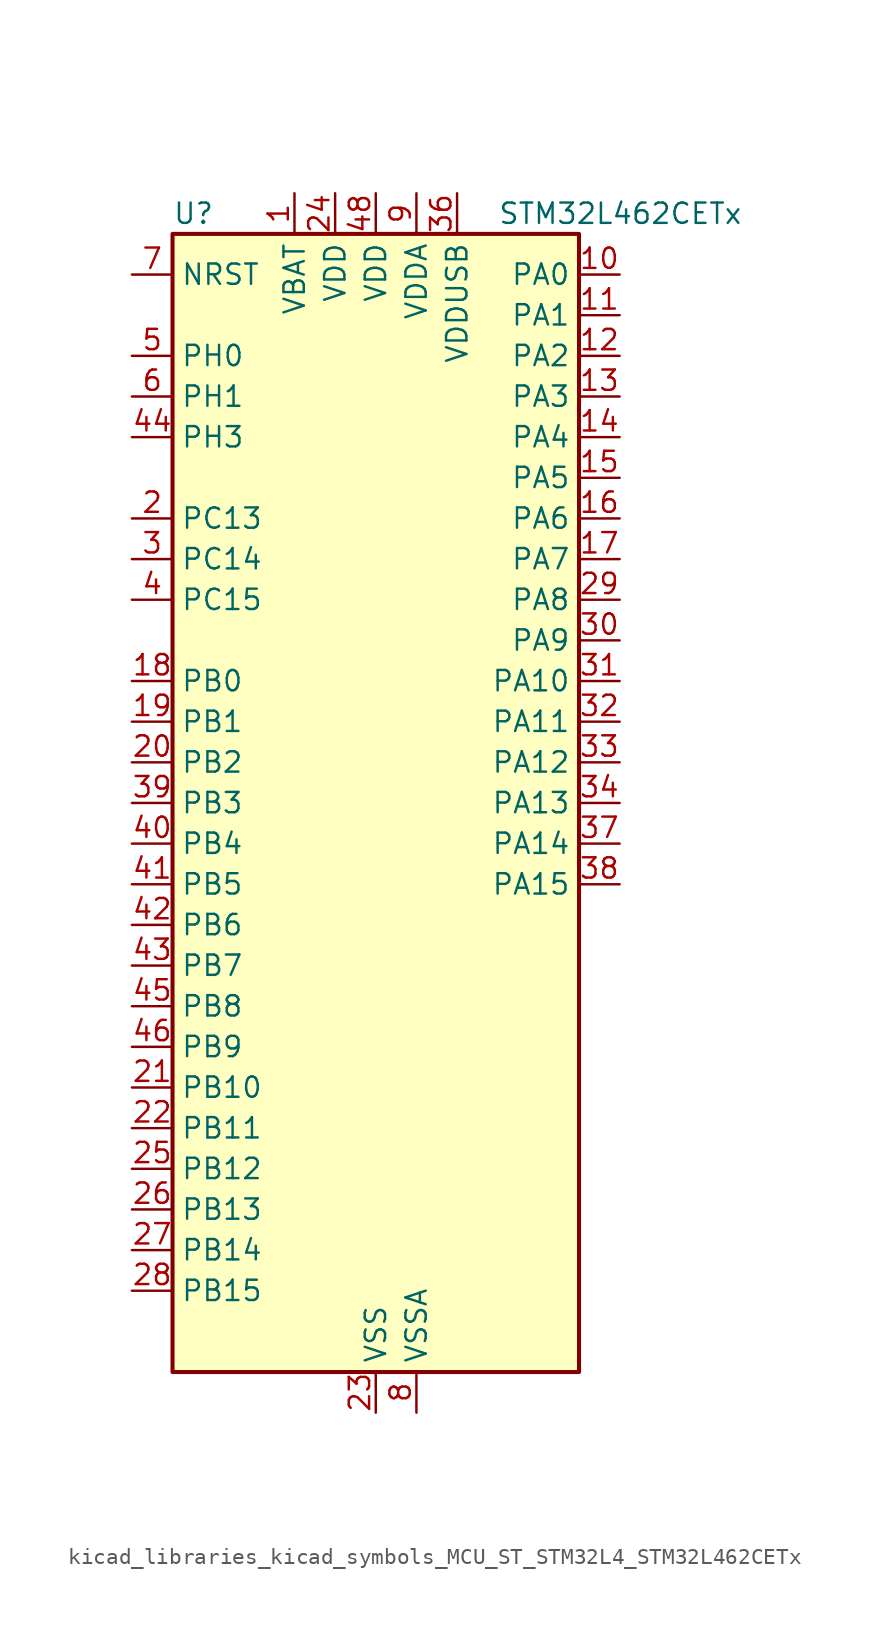
<source format=kicad_sym>
(kicad_symbol_lib
  (version 20220914)
  (generator kicad_symbol_editor)
  (symbol "kicad_libraries_kicad_symbols_MCU_ST_STM32L4_STM32L462CETx"
    (property "Reference" "U"
      (at -12.7 36.83 0)
      (effects (font (size 1.27 1.27)) (justify left)))
    (property "Value" "STM32L462CETx"
      (at 7.62 36.83 0)
      (effects (font (size 1.27 1.27)) (justify left)))
    (property "ki_locked" ""
      (at 0 0 0)
      (effects (font (size 1.27 1.27))))
    (symbol "kicad_libraries_kicad_symbols_MCU_ST_STM32L4_STM32L462CETx_0_1"
      (rectangle (start -12.7 -35.56) (end 12.7 35.56) (stroke (width 0.254) (type default)) (fill (type background))))
    (symbol "kicad_libraries_kicad_symbols_MCU_ST_STM32L4_STM32L462CETx_1_1"
      (pin power_in line (at -5.08 38.1 270) (length 2.54) (name "VBAT" (effects (font (size 1.27 1.27)))) (number "1" (effects (font (size 1.27 1.27)))))
      (pin bidirectional line (at 15.24 33.02 180) (length 2.54) (name "PA0" (effects (font (size 1.27 1.27)))) (number "10" (effects (font (size 1.27 1.27)))) (alternate "ADC1_IN5" bidirectional line) (alternate "COMP1_INM" bidirectional line) (alternate "COMP1_OUT" bidirectional line) (alternate "OPAMP1_VINP" bidirectional line) (alternate "RTC_TAMP2" bidirectional line) (alternate "SAI1_EXTCLK" bidirectional line) (alternate "SYS_WKUP1" bidirectional line) (alternate "TIM2_CH1" bidirectional line) (alternate "TIM2_ETR" bidirectional line) (alternate "UART4_TX" bidirectional line) (alternate "USART2_CTS" bidirectional line))
      (pin bidirectional line (at 15.24 30.48 180) (length 2.54) (name "PA1" (effects (font (size 1.27 1.27)))) (number "11" (effects (font (size 1.27 1.27)))) (alternate "ADC1_IN6" bidirectional line) (alternate "COMP1_INP" bidirectional line) (alternate "I2C1_SMBA" bidirectional line) (alternate "OPAMP1_VINM" bidirectional line) (alternate "SPI1_SCK" bidirectional line) (alternate "TIM15_CH1N" bidirectional line) (alternate "TIM2_CH2" bidirectional line) (alternate "UART4_RX" bidirectional line) (alternate "USART2_DE" bidirectional line) (alternate "USART2_RTS" bidirectional line))
      (pin bidirectional line (at 15.24 27.94 180) (length 2.54) (name "PA2" (effects (font (size 1.27 1.27)))) (number "12" (effects (font (size 1.27 1.27)))) (alternate "ADC1_IN7" bidirectional line) (alternate "COMP2_INM" bidirectional line) (alternate "COMP2_OUT" bidirectional line) (alternate "LPUART1_TX" bidirectional line) (alternate "QUADSPI_BK1_NCS" bidirectional line) (alternate "RCC_LSCO" bidirectional line) (alternate "SYS_WKUP4" bidirectional line) (alternate "TIM15_CH1" bidirectional line) (alternate "TIM2_CH3" bidirectional line) (alternate "USART2_TX" bidirectional line))
      (pin bidirectional line (at 15.24 25.4 180) (length 2.54) (name "PA3" (effects (font (size 1.27 1.27)))) (number "13" (effects (font (size 1.27 1.27)))) (alternate "ADC1_IN8" bidirectional line) (alternate "COMP2_INP" bidirectional line) (alternate "LPUART1_RX" bidirectional line) (alternate "OPAMP1_VOUT" bidirectional line) (alternate "QUADSPI_CLK" bidirectional line) (alternate "SAI1_MCLK_A" bidirectional line) (alternate "TIM15_CH2" bidirectional line) (alternate "TIM2_CH4" bidirectional line) (alternate "USART2_RX" bidirectional line))
      (pin bidirectional line (at 15.24 22.86 180) (length 2.54) (name "PA4" (effects (font (size 1.27 1.27)))) (number "14" (effects (font (size 1.27 1.27)))) (alternate "ADC1_IN9" bidirectional line) (alternate "COMP1_INM" bidirectional line) (alternate "COMP2_INM" bidirectional line) (alternate "DAC1_OUT1" bidirectional line) (alternate "LPTIM2_OUT" bidirectional line) (alternate "SAI1_FS_B" bidirectional line) (alternate "SPI1_NSS" bidirectional line) (alternate "SPI3_NSS" bidirectional line) (alternate "USART2_CK" bidirectional line))
      (pin bidirectional line (at 15.24 20.32 180) (length 2.54) (name "PA5" (effects (font (size 1.27 1.27)))) (number "15" (effects (font (size 1.27 1.27)))) (alternate "ADC1_IN10" bidirectional line) (alternate "COMP1_INM" bidirectional line) (alternate "COMP2_INM" bidirectional line) (alternate "DFSDM1_CKOUT" bidirectional line) (alternate "LPTIM2_ETR" bidirectional line) (alternate "SPI1_SCK" bidirectional line) (alternate "TIM2_CH1" bidirectional line) (alternate "TIM2_ETR" bidirectional line))
      (pin bidirectional line (at 15.24 17.78 180) (length 2.54) (name "PA6" (effects (font (size 1.27 1.27)))) (number "16" (effects (font (size 1.27 1.27)))) (alternate "ADC1_IN11" bidirectional line) (alternate "COMP1_OUT" bidirectional line) (alternate "LPUART1_CTS" bidirectional line) (alternate "QUADSPI_BK1_IO3" bidirectional line) (alternate "SPI1_MISO" bidirectional line) (alternate "TIM16_CH1" bidirectional line) (alternate "TIM1_BKIN" bidirectional line) (alternate "TIM1_BKIN_COMP2" bidirectional line) (alternate "TIM3_CH1" bidirectional line) (alternate "USART3_CTS" bidirectional line))
      (pin bidirectional line (at 15.24 15.24 180) (length 2.54) (name "PA7" (effects (font (size 1.27 1.27)))) (number "17" (effects (font (size 1.27 1.27)))) (alternate "ADC1_IN12" bidirectional line) (alternate "COMP2_OUT" bidirectional line) (alternate "DFSDM1_DATIN0" bidirectional line) (alternate "I2C3_SCL" bidirectional line) (alternate "QUADSPI_BK1_IO2" bidirectional line) (alternate "SPI1_MOSI" bidirectional line) (alternate "TIM1_CH1N" bidirectional line) (alternate "TIM3_CH2" bidirectional line))
      (pin bidirectional line (at -15.24 7.62 0) (length 2.54) (name "PB0" (effects (font (size 1.27 1.27)))) (number "18" (effects (font (size 1.27 1.27)))) (alternate "ADC1_IN15" bidirectional line) (alternate "COMP1_OUT" bidirectional line) (alternate "DFSDM1_CKIN0" bidirectional line) (alternate "QUADSPI_BK1_IO1" bidirectional line) (alternate "SAI1_EXTCLK" bidirectional line) (alternate "SPI1_NSS" bidirectional line) (alternate "TIM1_CH2N" bidirectional line) (alternate "TIM3_CH3" bidirectional line) (alternate "USART3_CK" bidirectional line))
      (pin bidirectional line (at -15.24 5.08 0) (length 2.54) (name "PB1" (effects (font (size 1.27 1.27)))) (number "19" (effects (font (size 1.27 1.27)))) (alternate "ADC1_IN16" bidirectional line) (alternate "COMP1_INM" bidirectional line) (alternate "DFSDM1_DATIN0" bidirectional line) (alternate "LPTIM2_IN1" bidirectional line) (alternate "LPUART1_DE" bidirectional line) (alternate "LPUART1_RTS" bidirectional line) (alternate "QUADSPI_BK1_IO0" bidirectional line) (alternate "TIM1_CH3N" bidirectional line) (alternate "TIM3_CH4" bidirectional line) (alternate "USART3_DE" bidirectional line) (alternate "USART3_RTS" bidirectional line))
      (pin bidirectional line (at -15.24 17.78 0) (length 2.54) (name "PC13" (effects (font (size 1.27 1.27)))) (number "2" (effects (font (size 1.27 1.27)))) (alternate "RTC_OUT_ALARM" bidirectional line) (alternate "RTC_OUT_CALIB" bidirectional line) (alternate "RTC_TAMP1" bidirectional line) (alternate "RTC_TS" bidirectional line) (alternate "SYS_WKUP2" bidirectional line))
      (pin bidirectional line (at -15.24 2.54 0) (length 2.54) (name "PB2" (effects (font (size 1.27 1.27)))) (number "20" (effects (font (size 1.27 1.27)))) (alternate "COMP1_INP" bidirectional line) (alternate "DFSDM1_CKIN0" bidirectional line) (alternate "I2C3_SMBA" bidirectional line) (alternate "LPTIM1_OUT" bidirectional line) (alternate "RTC_OUT_ALARM" bidirectional line) (alternate "RTC_OUT_CALIB" bidirectional line))
      (pin bidirectional line (at -15.24 -17.78 0) (length 2.54) (name "PB10" (effects (font (size 1.27 1.27)))) (number "21" (effects (font (size 1.27 1.27)))) (alternate "COMP1_OUT" bidirectional line) (alternate "I2C2_SCL" bidirectional line) (alternate "I2C4_SCL" bidirectional line) (alternate "LPUART1_RX" bidirectional line) (alternate "QUADSPI_CLK" bidirectional line) (alternate "SAI1_SCK_A" bidirectional line) (alternate "SPI2_SCK" bidirectional line) (alternate "TIM2_CH3" bidirectional line) (alternate "TSC_SYNC" bidirectional line) (alternate "USART3_TX" bidirectional line))
      (pin bidirectional line (at -15.24 -20.32 0) (length 2.54) (name "PB11" (effects (font (size 1.27 1.27)))) (number "22" (effects (font (size 1.27 1.27)))) (alternate "ADC1_EXTI11" bidirectional line) (alternate "COMP2_OUT" bidirectional line) (alternate "I2C2_SDA" bidirectional line) (alternate "I2C4_SDA" bidirectional line) (alternate "LPUART1_TX" bidirectional line) (alternate "QUADSPI_BK1_NCS" bidirectional line) (alternate "TIM2_CH4" bidirectional line) (alternate "USART3_RX" bidirectional line))
      (pin power_in line (at 0 -38.1 90) (length 2.54) (name "VSS" (effects (font (size 1.27 1.27)))) (number "23" (effects (font (size 1.27 1.27)))))
      (pin power_in line (at -2.54 38.1 270) (length 2.54) (name "VDD" (effects (font (size 1.27 1.27)))) (number "24" (effects (font (size 1.27 1.27)))))
      (pin bidirectional line (at -15.24 -22.86 0) (length 2.54) (name "PB12" (effects (font (size 1.27 1.27)))) (number "25" (effects (font (size 1.27 1.27)))) (alternate "CAN1_RX" bidirectional line) (alternate "DFSDM1_DATIN1" bidirectional line) (alternate "I2C2_SMBA" bidirectional line) (alternate "LPUART1_DE" bidirectional line) (alternate "LPUART1_RTS" bidirectional line) (alternate "SAI1_FS_A" bidirectional line) (alternate "SPI2_NSS" bidirectional line) (alternate "TIM15_BKIN" bidirectional line) (alternate "TIM1_BKIN" bidirectional line) (alternate "TIM1_BKIN_COMP2" bidirectional line) (alternate "TSC_G1_IO1" bidirectional line) (alternate "USART3_CK" bidirectional line))
      (pin bidirectional line (at -15.24 -25.4 0) (length 2.54) (name "PB13" (effects (font (size 1.27 1.27)))) (number "26" (effects (font (size 1.27 1.27)))) (alternate "CAN1_TX" bidirectional line) (alternate "DFSDM1_CKIN1" bidirectional line) (alternate "I2C2_SCL" bidirectional line) (alternate "LPUART1_CTS" bidirectional line) (alternate "SAI1_SCK_A" bidirectional line) (alternate "SPI2_SCK" bidirectional line) (alternate "TIM15_CH1N" bidirectional line) (alternate "TIM1_CH1N" bidirectional line) (alternate "TSC_G1_IO2" bidirectional line) (alternate "USART3_CTS" bidirectional line))
      (pin bidirectional line (at -15.24 -27.94 0) (length 2.54) (name "PB14" (effects (font (size 1.27 1.27)))) (number "27" (effects (font (size 1.27 1.27)))) (alternate "DFSDM1_DATIN2" bidirectional line) (alternate "I2C2_SDA" bidirectional line) (alternate "SAI1_MCLK_A" bidirectional line) (alternate "SPI2_MISO" bidirectional line) (alternate "TIM15_CH1" bidirectional line) (alternate "TIM1_CH2N" bidirectional line) (alternate "TSC_G1_IO3" bidirectional line) (alternate "USART3_DE" bidirectional line) (alternate "USART3_RTS" bidirectional line))
      (pin bidirectional line (at -15.24 -30.48 0) (length 2.54) (name "PB15" (effects (font (size 1.27 1.27)))) (number "28" (effects (font (size 1.27 1.27)))) (alternate "ADC1_EXTI15" bidirectional line) (alternate "DFSDM1_CKIN2" bidirectional line) (alternate "RTC_REFIN" bidirectional line) (alternate "SAI1_SD_A" bidirectional line) (alternate "SPI2_MOSI" bidirectional line) (alternate "TIM15_CH2" bidirectional line) (alternate "TIM1_CH3N" bidirectional line) (alternate "TSC_G1_IO4" bidirectional line))
      (pin bidirectional line (at 15.24 12.7 180) (length 2.54) (name "PA8" (effects (font (size 1.27 1.27)))) (number "29" (effects (font (size 1.27 1.27)))) (alternate "DFSDM1_CKIN1" bidirectional line) (alternate "LPTIM2_OUT" bidirectional line) (alternate "RCC_MCO" bidirectional line) (alternate "SAI1_SCK_A" bidirectional line) (alternate "TIM1_CH1" bidirectional line) (alternate "USART1_CK" bidirectional line))
      (pin bidirectional line (at -15.24 15.24 0) (length 2.54) (name "PC14" (effects (font (size 1.27 1.27)))) (number "3" (effects (font (size 1.27 1.27)))) (alternate "RCC_OSC32_IN" bidirectional line))
      (pin bidirectional line (at 15.24 10.16 180) (length 2.54) (name "PA9" (effects (font (size 1.27 1.27)))) (number "30" (effects (font (size 1.27 1.27)))) (alternate "DAC1_EXTI9" bidirectional line) (alternate "DFSDM1_DATIN1" bidirectional line) (alternate "I2C1_SCL" bidirectional line) (alternate "SAI1_FS_A" bidirectional line) (alternate "TIM15_BKIN" bidirectional line) (alternate "TIM1_CH2" bidirectional line) (alternate "USART1_TX" bidirectional line))
      (pin bidirectional line (at 15.24 7.62 180) (length 2.54) (name "PA10" (effects (font (size 1.27 1.27)))) (number "31" (effects (font (size 1.27 1.27)))) (alternate "CRS_SYNC" bidirectional line) (alternate "I2C1_SDA" bidirectional line) (alternate "SAI1_SD_A" bidirectional line) (alternate "TIM1_CH3" bidirectional line) (alternate "USART1_RX" bidirectional line))
      (pin bidirectional line (at 15.24 5.08 180) (length 2.54) (name "PA11" (effects (font (size 1.27 1.27)))) (number "32" (effects (font (size 1.27 1.27)))) (alternate "ADC1_EXTI11" bidirectional line) (alternate "CAN1_RX" bidirectional line) (alternate "COMP1_OUT" bidirectional line) (alternate "SPI1_MISO" bidirectional line) (alternate "TIM1_BKIN2" bidirectional line) (alternate "TIM1_BKIN2_COMP1" bidirectional line) (alternate "TIM1_CH4" bidirectional line) (alternate "USART1_CTS" bidirectional line) (alternate "USB_DM" bidirectional line))
      (pin bidirectional line (at 15.24 2.54 180) (length 2.54) (name "PA12" (effects (font (size 1.27 1.27)))) (number "33" (effects (font (size 1.27 1.27)))) (alternate "CAN1_TX" bidirectional line) (alternate "SPI1_MOSI" bidirectional line) (alternate "TIM1_ETR" bidirectional line) (alternate "USART1_DE" bidirectional line) (alternate "USART1_RTS" bidirectional line) (alternate "USB_DP" bidirectional line))
      (pin bidirectional line (at 15.24 0 180) (length 2.54) (name "PA13" (effects (font (size 1.27 1.27)))) (number "34" (effects (font (size 1.27 1.27)))) (alternate "IR_OUT" bidirectional line) (alternate "SAI1_SD_B" bidirectional line) (alternate "SYS_JTMS-SWDIO" bidirectional line) (alternate "USB_NOE" bidirectional line))
      (pin passive line (at 0 -38.1 90) (length 2.54) hide (name "VSS" (effects (font (size 1.27 1.27)))) (number "35" (effects (font (size 1.27 1.27)))))
      (pin power_in line (at 5.08 38.1 270) (length 2.54) (name "VDDUSB" (effects (font (size 1.27 1.27)))) (number "36" (effects (font (size 1.27 1.27)))))
      (pin bidirectional line (at 15.24 -2.54 180) (length 2.54) (name "PA14" (effects (font (size 1.27 1.27)))) (number "37" (effects (font (size 1.27 1.27)))) (alternate "I2C1_SMBA" bidirectional line) (alternate "I2C4_SMBA" bidirectional line) (alternate "LPTIM1_OUT" bidirectional line) (alternate "SAI1_FS_B" bidirectional line) (alternate "SYS_JTCK-SWCLK" bidirectional line))
      (pin bidirectional line (at 15.24 -5.08 180) (length 2.54) (name "PA15" (effects (font (size 1.27 1.27)))) (number "38" (effects (font (size 1.27 1.27)))) (alternate "ADC1_EXTI15" bidirectional line) (alternate "SPI1_NSS" bidirectional line) (alternate "SPI3_NSS" bidirectional line) (alternate "SYS_JTDI" bidirectional line) (alternate "TIM2_CH1" bidirectional line) (alternate "TIM2_ETR" bidirectional line) (alternate "UART4_DE" bidirectional line) (alternate "UART4_RTS" bidirectional line) (alternate "USART2_RX" bidirectional line) (alternate "USART3_DE" bidirectional line) (alternate "USART3_RTS" bidirectional line))
      (pin bidirectional line (at -15.24 0 0) (length 2.54) (name "PB3" (effects (font (size 1.27 1.27)))) (number "39" (effects (font (size 1.27 1.27)))) (alternate "COMP2_INM" bidirectional line) (alternate "SAI1_SCK_B" bidirectional line) (alternate "SPI1_SCK" bidirectional line) (alternate "SPI3_SCK" bidirectional line) (alternate "SYS_JTDO-SWO" bidirectional line) (alternate "TIM2_CH2" bidirectional line) (alternate "USART1_DE" bidirectional line) (alternate "USART1_RTS" bidirectional line))
      (pin bidirectional line (at -15.24 12.7 0) (length 2.54) (name "PC15" (effects (font (size 1.27 1.27)))) (number "4" (effects (font (size 1.27 1.27)))) (alternate "ADC1_EXTI15" bidirectional line) (alternate "RCC_OSC32_OUT" bidirectional line))
      (pin bidirectional line (at -15.24 -2.54 0) (length 2.54) (name "PB4" (effects (font (size 1.27 1.27)))) (number "40" (effects (font (size 1.27 1.27)))) (alternate "COMP2_INP" bidirectional line) (alternate "I2C3_SDA" bidirectional line) (alternate "SAI1_MCLK_B" bidirectional line) (alternate "SPI1_MISO" bidirectional line) (alternate "SPI3_MISO" bidirectional line) (alternate "SYS_JTRST" bidirectional line) (alternate "TIM3_CH1" bidirectional line) (alternate "TSC_G2_IO1" bidirectional line) (alternate "USART1_CTS" bidirectional line))
      (pin bidirectional line (at -15.24 -5.08 0) (length 2.54) (name "PB5" (effects (font (size 1.27 1.27)))) (number "41" (effects (font (size 1.27 1.27)))) (alternate "CAN1_RX" bidirectional line) (alternate "COMP2_OUT" bidirectional line) (alternate "I2C1_SMBA" bidirectional line) (alternate "LPTIM1_IN1" bidirectional line) (alternate "SAI1_SD_B" bidirectional line) (alternate "SPI1_MOSI" bidirectional line) (alternate "SPI3_MOSI" bidirectional line) (alternate "TIM16_BKIN" bidirectional line) (alternate "TIM3_CH2" bidirectional line) (alternate "TSC_G2_IO2" bidirectional line) (alternate "USART1_CK" bidirectional line))
      (pin bidirectional line (at -15.24 -7.62 0) (length 2.54) (name "PB6" (effects (font (size 1.27 1.27)))) (number "42" (effects (font (size 1.27 1.27)))) (alternate "CAN1_TX" bidirectional line) (alternate "COMP2_INP" bidirectional line) (alternate "I2C1_SCL" bidirectional line) (alternate "I2C4_SCL" bidirectional line) (alternate "LPTIM1_ETR" bidirectional line) (alternate "SAI1_FS_B" bidirectional line) (alternate "TIM16_CH1N" bidirectional line) (alternate "TSC_G2_IO3" bidirectional line) (alternate "USART1_TX" bidirectional line))
      (pin bidirectional line (at -15.24 -10.16 0) (length 2.54) (name "PB7" (effects (font (size 1.27 1.27)))) (number "43" (effects (font (size 1.27 1.27)))) (alternate "COMP2_INM" bidirectional line) (alternate "I2C1_SDA" bidirectional line) (alternate "I2C4_SDA" bidirectional line) (alternate "LPTIM1_IN2" bidirectional line) (alternate "SYS_PVD_IN" bidirectional line) (alternate "TSC_G2_IO4" bidirectional line) (alternate "UART4_CTS" bidirectional line) (alternate "USART1_RX" bidirectional line))
      (pin bidirectional line (at -15.24 22.86 0) (length 2.54) (name "PH3" (effects (font (size 1.27 1.27)))) (number "44" (effects (font (size 1.27 1.27)))))
      (pin bidirectional line (at -15.24 -12.7 0) (length 2.54) (name "PB8" (effects (font (size 1.27 1.27)))) (number "45" (effects (font (size 1.27 1.27)))) (alternate "CAN1_RX" bidirectional line) (alternate "I2C1_SCL" bidirectional line) (alternate "SAI1_MCLK_A" bidirectional line) (alternate "TIM16_CH1" bidirectional line))
      (pin bidirectional line (at -15.24 -15.24 0) (length 2.54) (name "PB9" (effects (font (size 1.27 1.27)))) (number "46" (effects (font (size 1.27 1.27)))) (alternate "CAN1_TX" bidirectional line) (alternate "DAC1_EXTI9" bidirectional line) (alternate "I2C1_SDA" bidirectional line) (alternate "IR_OUT" bidirectional line) (alternate "SAI1_FS_A" bidirectional line) (alternate "SPI2_NSS" bidirectional line))
      (pin passive line (at 0 -38.1 90) (length 2.54) hide (name "VSS" (effects (font (size 1.27 1.27)))) (number "47" (effects (font (size 1.27 1.27)))))
      (pin power_in line (at 0 38.1 270) (length 2.54) (name "VDD" (effects (font (size 1.27 1.27)))) (number "48" (effects (font (size 1.27 1.27)))))
      (pin bidirectional line (at -15.24 27.94 0) (length 2.54) (name "PH0" (effects (font (size 1.27 1.27)))) (number "5" (effects (font (size 1.27 1.27)))) (alternate "RCC_OSC_IN" bidirectional line))
      (pin bidirectional line (at -15.24 25.4 0) (length 2.54) (name "PH1" (effects (font (size 1.27 1.27)))) (number "6" (effects (font (size 1.27 1.27)))) (alternate "RCC_OSC_OUT" bidirectional line))
      (pin input line (at -15.24 33.02 0) (length 2.54) (name "NRST" (effects (font (size 1.27 1.27)))) (number "7" (effects (font (size 1.27 1.27)))))
      (pin power_in line (at 2.54 -38.1 90) (length 2.54) (name "VSSA" (effects (font (size 1.27 1.27)))) (number "8" (effects (font (size 1.27 1.27)))))
      (pin power_in line (at 2.54 38.1 270) (length 2.54) (name "VDDA" (effects (font (size 1.27 1.27)))) (number "9" (effects (font (size 1.27 1.27))))))))
</source>
